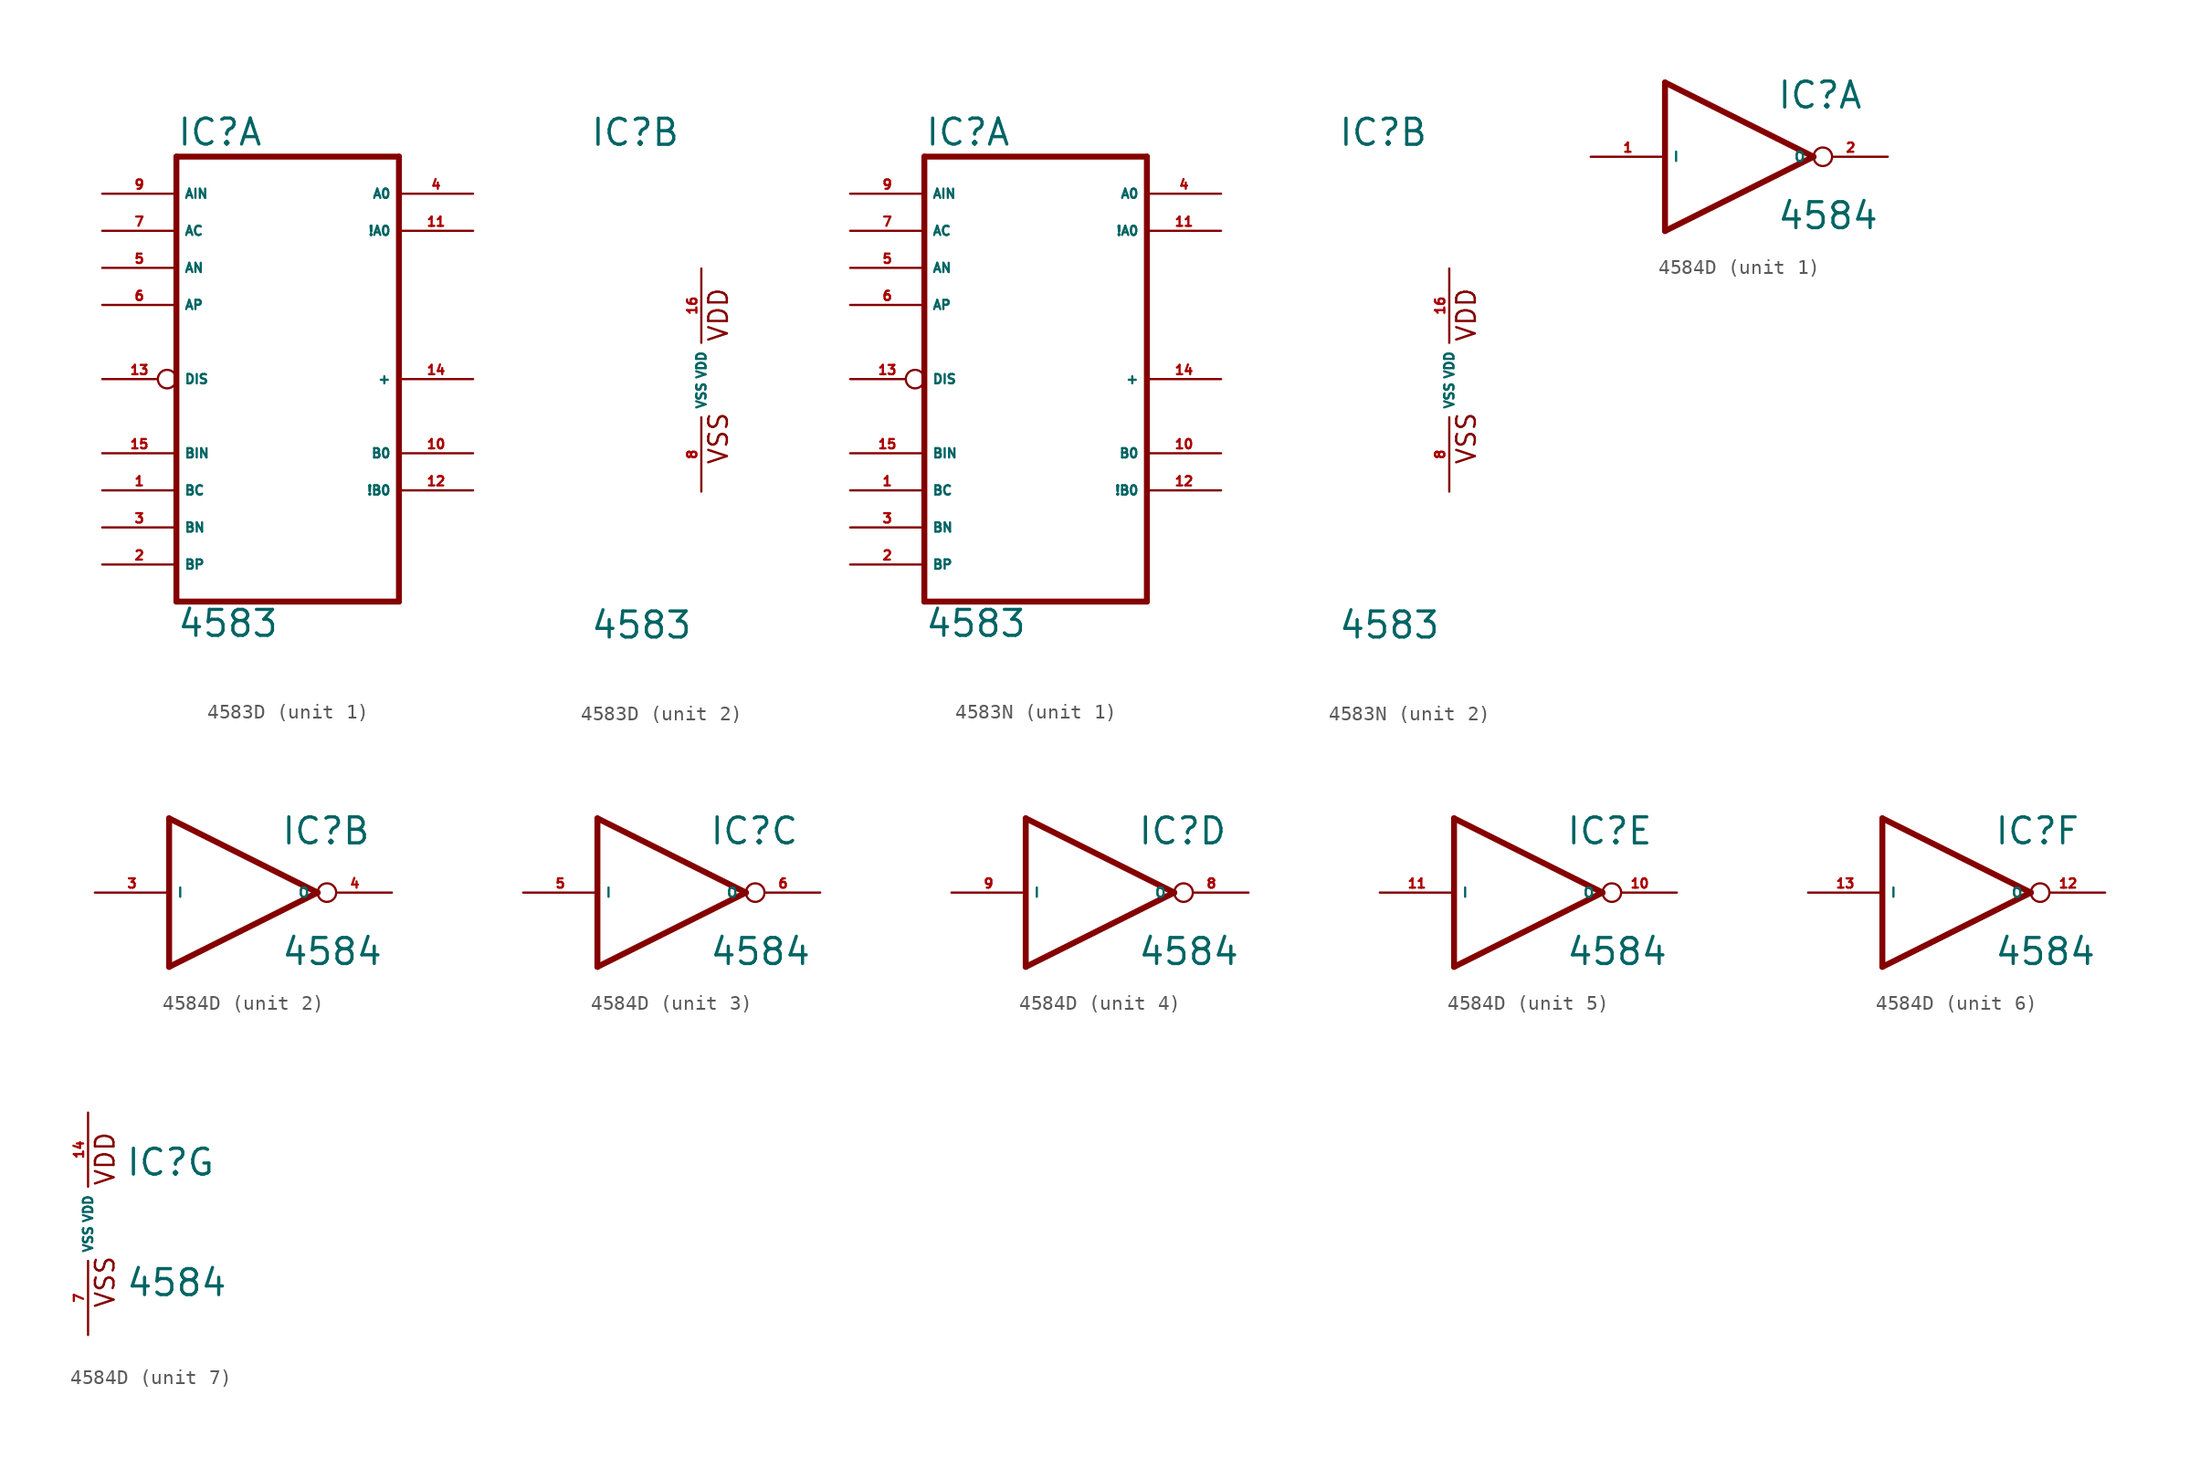
<source format=kicad_sym>
(kicad_symbol_lib
  (version 20220914)
  (generator Eagle2Kicad)
  (symbol "4583D"
    (property "Reference" "IC"
      (at -7.62 15.875 0)
      (effects (font (size 1.778 1.778) (thickness 0.22)) (justify left bottom)))
    (property "Value" "4583"
      (at -7.62 -17.78 0)
      (effects (font (size 1.778 1.778) (thickness 0.22)) (justify left bottom)))
    (symbol "4583D_1_0"
      (polyline (pts (xy -7.62 -15.24) (xy 7.62 -15.24)) (stroke (width 0.406) (type default)) (fill (type none)))
      (polyline (pts (xy 7.62 -15.24) (xy 7.62 15.24)) (stroke (width 0.406) (type default)) (fill (type none)))
      (polyline (pts (xy 7.62 15.24) (xy -7.62 15.24)) (stroke (width 0.406) (type default)) (fill (type none)))
      (polyline (pts (xy -7.62 15.24) (xy -7.62 -15.24)) (stroke (width 0.406) (type default)) (fill (type none)))
      (pin input line (at -12.7 -7.62 0) (length 5.08) (name "BC" (effects (font (size 0.635 0.635) (thickness 0.08)) (justify left bottom))) (number "1" (effects (font (size 0.635 0.635) (thickness 0.08)) (justify left bottom))))
      (pin input line (at -12.7 -12.7 0) (length 5.08) (name "BP" (effects (font (size 0.635 0.635) (thickness 0.08)) (justify left bottom))) (number "2" (effects (font (size 0.635 0.635) (thickness 0.08)) (justify left bottom))))
      (pin input line (at -12.7 -10.16 0) (length 5.08) (name "BN" (effects (font (size 0.635 0.635) (thickness 0.08)) (justify left bottom))) (number "3" (effects (font (size 0.635 0.635) (thickness 0.08)) (justify left bottom))))
      (pin output line (at 12.7 12.7 180) (length 5.08) (name "A0" (effects (font (size 0.635 0.635) (thickness 0.08)) (justify left bottom))) (number "4" (effects (font (size 0.635 0.635) (thickness 0.08)) (justify left bottom))))
      (pin input line (at -12.7 7.62 0) (length 5.08) (name "AN" (effects (font (size 0.635 0.635) (thickness 0.08)) (justify left bottom))) (number "5" (effects (font (size 0.635 0.635) (thickness 0.08)) (justify left bottom))))
      (pin input line (at -12.7 5.08 0) (length 5.08) (name "AP" (effects (font (size 0.635 0.635) (thickness 0.08)) (justify left bottom))) (number "6" (effects (font (size 0.635 0.635) (thickness 0.08)) (justify left bottom))))
      (pin input line (at -12.7 10.16 0) (length 5.08) (name "AC" (effects (font (size 0.635 0.635) (thickness 0.08)) (justify left bottom))) (number "7" (effects (font (size 0.635 0.635) (thickness 0.08)) (justify left bottom))))
      (pin input line (at -12.7 12.7 0) (length 5.08) (name "AIN" (effects (font (size 0.635 0.635) (thickness 0.08)) (justify left bottom))) (number "9" (effects (font (size 0.635 0.635) (thickness 0.08)) (justify left bottom))))
      (pin output line (at 12.7 -5.08 180) (length 5.08) (name "B0" (effects (font (size 0.635 0.635) (thickness 0.08)) (justify left bottom))) (number "10" (effects (font (size 0.635 0.635) (thickness 0.08)) (justify left bottom))))
      (pin output line (at 12.7 10.16 180) (length 5.08) (name "!A0" (effects (font (size 0.635 0.635) (thickness 0.08)) (justify left bottom))) (number "11" (effects (font (size 0.635 0.635) (thickness 0.08)) (justify left bottom))))
      (pin output line (at 12.7 -7.62 180) (length 5.08) (name "!B0" (effects (font (size 0.635 0.635) (thickness 0.08)) (justify left bottom))) (number "12" (effects (font (size 0.635 0.635) (thickness 0.08)) (justify left bottom))))
      (pin input inverted (at -12.7 0 0) (length 5.08) (name "DIS" (effects (font (size 0.635 0.635) (thickness 0.08)) (justify left bottom))) (number "13" (effects (font (size 0.635 0.635) (thickness 0.08)) (justify left bottom))))
      (pin output line (at 12.7 0 180) (length 5.08) (name "+" (effects (font (size 0.635 0.635) (thickness 0.08)) (justify left bottom))) (number "14" (effects (font (size 0.635 0.635) (thickness 0.08)) (justify left bottom))))
      (pin input line (at -12.7 -5.08 0) (length 5.08) (name "BIN" (effects (font (size 0.635 0.635) (thickness 0.08)) (justify left bottom))) (number "15" (effects (font (size 0.635 0.635) (thickness 0.08)) (justify left bottom)))))
    (symbol "4583D_2_0"
      (text "VDD" (at 1.905 2.54 900) (effects (font (size 1.27 1.27) (thickness 0.16)) (justify left bottom)))
      (text "VSS" (at 1.905 -5.842 900) (effects (font (size 1.27 1.27) (thickness 0.16)) (justify left bottom)))
      (pin unspecified line (at 0 -7.62 90) (length 5.08) (name "VSS" (effects (font (size 0.635 0.635) (thickness 0.08)) (justify left bottom))) (number "8" (effects (font (size 0.635 0.635) (thickness 0.08)) (justify left bottom))))
      (pin unspecified line (at 0 7.62 270) (length 5.08) (name "VDD" (effects (font (size 0.635 0.635) (thickness 0.08)) (justify left bottom))) (number "16" (effects (font (size 0.635 0.635) (thickness 0.08)) (justify left bottom))))))
  (symbol "4583N"
    (property "Reference" "IC"
      (at -7.62 15.875 0)
      (effects (font (size 1.778 1.778) (thickness 0.22)) (justify left bottom)))
    (property "Value" "4583"
      (at -7.62 -17.78 0)
      (effects (font (size 1.778 1.778) (thickness 0.22)) (justify left bottom)))
    (symbol "4583N_1_0"
      (polyline (pts (xy -7.62 -15.24) (xy 7.62 -15.24)) (stroke (width 0.406) (type default)) (fill (type none)))
      (polyline (pts (xy 7.62 -15.24) (xy 7.62 15.24)) (stroke (width 0.406) (type default)) (fill (type none)))
      (polyline (pts (xy 7.62 15.24) (xy -7.62 15.24)) (stroke (width 0.406) (type default)) (fill (type none)))
      (polyline (pts (xy -7.62 15.24) (xy -7.62 -15.24)) (stroke (width 0.406) (type default)) (fill (type none)))
      (pin input line (at -12.7 -7.62 0) (length 5.08) (name "BC" (effects (font (size 0.635 0.635) (thickness 0.08)) (justify left bottom))) (number "1" (effects (font (size 0.635 0.635) (thickness 0.08)) (justify left bottom))))
      (pin input line (at -12.7 -12.7 0) (length 5.08) (name "BP" (effects (font (size 0.635 0.635) (thickness 0.08)) (justify left bottom))) (number "2" (effects (font (size 0.635 0.635) (thickness 0.08)) (justify left bottom))))
      (pin input line (at -12.7 -10.16 0) (length 5.08) (name "BN" (effects (font (size 0.635 0.635) (thickness 0.08)) (justify left bottom))) (number "3" (effects (font (size 0.635 0.635) (thickness 0.08)) (justify left bottom))))
      (pin output line (at 12.7 12.7 180) (length 5.08) (name "A0" (effects (font (size 0.635 0.635) (thickness 0.08)) (justify left bottom))) (number "4" (effects (font (size 0.635 0.635) (thickness 0.08)) (justify left bottom))))
      (pin input line (at -12.7 7.62 0) (length 5.08) (name "AN" (effects (font (size 0.635 0.635) (thickness 0.08)) (justify left bottom))) (number "5" (effects (font (size 0.635 0.635) (thickness 0.08)) (justify left bottom))))
      (pin input line (at -12.7 5.08 0) (length 5.08) (name "AP" (effects (font (size 0.635 0.635) (thickness 0.08)) (justify left bottom))) (number "6" (effects (font (size 0.635 0.635) (thickness 0.08)) (justify left bottom))))
      (pin input line (at -12.7 10.16 0) (length 5.08) (name "AC" (effects (font (size 0.635 0.635) (thickness 0.08)) (justify left bottom))) (number "7" (effects (font (size 0.635 0.635) (thickness 0.08)) (justify left bottom))))
      (pin input line (at -12.7 12.7 0) (length 5.08) (name "AIN" (effects (font (size 0.635 0.635) (thickness 0.08)) (justify left bottom))) (number "9" (effects (font (size 0.635 0.635) (thickness 0.08)) (justify left bottom))))
      (pin output line (at 12.7 -5.08 180) (length 5.08) (name "B0" (effects (font (size 0.635 0.635) (thickness 0.08)) (justify left bottom))) (number "10" (effects (font (size 0.635 0.635) (thickness 0.08)) (justify left bottom))))
      (pin output line (at 12.7 10.16 180) (length 5.08) (name "!A0" (effects (font (size 0.635 0.635) (thickness 0.08)) (justify left bottom))) (number "11" (effects (font (size 0.635 0.635) (thickness 0.08)) (justify left bottom))))
      (pin output line (at 12.7 -7.62 180) (length 5.08) (name "!B0" (effects (font (size 0.635 0.635) (thickness 0.08)) (justify left bottom))) (number "12" (effects (font (size 0.635 0.635) (thickness 0.08)) (justify left bottom))))
      (pin input inverted (at -12.7 0 0) (length 5.08) (name "DIS" (effects (font (size 0.635 0.635) (thickness 0.08)) (justify left bottom))) (number "13" (effects (font (size 0.635 0.635) (thickness 0.08)) (justify left bottom))))
      (pin output line (at 12.7 0 180) (length 5.08) (name "+" (effects (font (size 0.635 0.635) (thickness 0.08)) (justify left bottom))) (number "14" (effects (font (size 0.635 0.635) (thickness 0.08)) (justify left bottom))))
      (pin input line (at -12.7 -5.08 0) (length 5.08) (name "BIN" (effects (font (size 0.635 0.635) (thickness 0.08)) (justify left bottom))) (number "15" (effects (font (size 0.635 0.635) (thickness 0.08)) (justify left bottom)))))
    (symbol "4583N_2_0"
      (text "VDD" (at 1.905 2.54 900) (effects (font (size 1.27 1.27) (thickness 0.16)) (justify left bottom)))
      (text "VSS" (at 1.905 -5.842 900) (effects (font (size 1.27 1.27) (thickness 0.16)) (justify left bottom)))
      (pin unspecified line (at 0 -7.62 90) (length 5.08) (name "VSS" (effects (font (size 0.635 0.635) (thickness 0.08)) (justify left bottom))) (number "8" (effects (font (size 0.635 0.635) (thickness 0.08)) (justify left bottom))))
      (pin unspecified line (at 0 7.62 270) (length 5.08) (name "VDD" (effects (font (size 0.635 0.635) (thickness 0.08)) (justify left bottom))) (number "16" (effects (font (size 0.635 0.635) (thickness 0.08)) (justify left bottom))))))
  (symbol "4584D"
    (property "Reference" "IC"
      (at 2.54 3.175 0)
      (effects (font (size 1.778 1.778) (thickness 0.22)) (justify left bottom)))
    (property "Value" "4584"
      (at 2.54 -5.08 0)
      (effects (font (size 1.778 1.778) (thickness 0.22)) (justify left bottom)))
    (symbol "4584D_1_0"
      (polyline (pts (xy -5.08 -5.08) (xy 5.08 0)) (stroke (width 0.406) (type default)) (fill (type none)))
      (polyline (pts (xy 5.08 0) (xy -5.08 5.08)) (stroke (width 0.406) (type default)) (fill (type none)))
      (polyline (pts (xy -5.08 5.08) (xy -5.08 -5.08)) (stroke (width 0.406) (type default)) (fill (type none)))
      (pin output inverted (at 10.16 0 180) (length 5.08) (name "O" (effects (font (size 0.635 0.635) (thickness 0.08)) (justify left bottom))) (number "2" (effects (font (size 0.635 0.635) (thickness 0.08)) (justify left bottom))))
      (pin input line (at -10.16 0 0) (length 5.08) (name "I" (effects (font (size 0.635 0.635) (thickness 0.08)) (justify left bottom))) (number "1" (effects (font (size 0.635 0.635) (thickness 0.08)) (justify left bottom)))))
    (symbol "4584D_2_0"
      (polyline (pts (xy -5.08 -5.08) (xy 5.08 0)) (stroke (width 0.406) (type default)) (fill (type none)))
      (polyline (pts (xy 5.08 0) (xy -5.08 5.08)) (stroke (width 0.406) (type default)) (fill (type none)))
      (polyline (pts (xy -5.08 5.08) (xy -5.08 -5.08)) (stroke (width 0.406) (type default)) (fill (type none)))
      (pin output inverted (at 10.16 0 180) (length 5.08) (name "O" (effects (font (size 0.635 0.635) (thickness 0.08)) (justify left bottom))) (number "4" (effects (font (size 0.635 0.635) (thickness 0.08)) (justify left bottom))))
      (pin input line (at -10.16 0 0) (length 5.08) (name "I" (effects (font (size 0.635 0.635) (thickness 0.08)) (justify left bottom))) (number "3" (effects (font (size 0.635 0.635) (thickness 0.08)) (justify left bottom)))))
    (symbol "4584D_3_0"
      (polyline (pts (xy -5.08 -5.08) (xy 5.08 0)) (stroke (width 0.406) (type default)) (fill (type none)))
      (polyline (pts (xy 5.08 0) (xy -5.08 5.08)) (stroke (width 0.406) (type default)) (fill (type none)))
      (polyline (pts (xy -5.08 5.08) (xy -5.08 -5.08)) (stroke (width 0.406) (type default)) (fill (type none)))
      (pin output inverted (at 10.16 0 180) (length 5.08) (name "O" (effects (font (size 0.635 0.635) (thickness 0.08)) (justify left bottom))) (number "6" (effects (font (size 0.635 0.635) (thickness 0.08)) (justify left bottom))))
      (pin input line (at -10.16 0 0) (length 5.08) (name "I" (effects (font (size 0.635 0.635) (thickness 0.08)) (justify left bottom))) (number "5" (effects (font (size 0.635 0.635) (thickness 0.08)) (justify left bottom)))))
    (symbol "4584D_4_0"
      (polyline (pts (xy -5.08 -5.08) (xy 5.08 0)) (stroke (width 0.406) (type default)) (fill (type none)))
      (polyline (pts (xy 5.08 0) (xy -5.08 5.08)) (stroke (width 0.406) (type default)) (fill (type none)))
      (polyline (pts (xy -5.08 5.08) (xy -5.08 -5.08)) (stroke (width 0.406) (type default)) (fill (type none)))
      (pin output inverted (at 10.16 0 180) (length 5.08) (name "O" (effects (font (size 0.635 0.635) (thickness 0.08)) (justify left bottom))) (number "8" (effects (font (size 0.635 0.635) (thickness 0.08)) (justify left bottom))))
      (pin input line (at -10.16 0 0) (length 5.08) (name "I" (effects (font (size 0.635 0.635) (thickness 0.08)) (justify left bottom))) (number "9" (effects (font (size 0.635 0.635) (thickness 0.08)) (justify left bottom)))))
    (symbol "4584D_5_0"
      (polyline (pts (xy -5.08 -5.08) (xy 5.08 0)) (stroke (width 0.406) (type default)) (fill (type none)))
      (polyline (pts (xy 5.08 0) (xy -5.08 5.08)) (stroke (width 0.406) (type default)) (fill (type none)))
      (polyline (pts (xy -5.08 5.08) (xy -5.08 -5.08)) (stroke (width 0.406) (type default)) (fill (type none)))
      (pin output inverted (at 10.16 0 180) (length 5.08) (name "O" (effects (font (size 0.635 0.635) (thickness 0.08)) (justify left bottom))) (number "10" (effects (font (size 0.635 0.635) (thickness 0.08)) (justify left bottom))))
      (pin input line (at -10.16 0 0) (length 5.08) (name "I" (effects (font (size 0.635 0.635) (thickness 0.08)) (justify left bottom))) (number "11" (effects (font (size 0.635 0.635) (thickness 0.08)) (justify left bottom)))))
    (symbol "4584D_6_0"
      (polyline (pts (xy -5.08 -5.08) (xy 5.08 0)) (stroke (width 0.406) (type default)) (fill (type none)))
      (polyline (pts (xy 5.08 0) (xy -5.08 5.08)) (stroke (width 0.406) (type default)) (fill (type none)))
      (polyline (pts (xy -5.08 5.08) (xy -5.08 -5.08)) (stroke (width 0.406) (type default)) (fill (type none)))
      (pin output inverted (at 10.16 0 180) (length 5.08) (name "O" (effects (font (size 0.635 0.635) (thickness 0.08)) (justify left bottom))) (number "12" (effects (font (size 0.635 0.635) (thickness 0.08)) (justify left bottom))))
      (pin input line (at -10.16 0 0) (length 5.08) (name "I" (effects (font (size 0.635 0.635) (thickness 0.08)) (justify left bottom))) (number "13" (effects (font (size 0.635 0.635) (thickness 0.08)) (justify left bottom)))))
    (symbol "4584D_7_0"
      (text "VDD" (at 1.905 2.54 900) (effects (font (size 1.27 1.27) (thickness 0.16)) (justify left bottom)))
      (text "VSS" (at 1.905 -5.842 900) (effects (font (size 1.27 1.27) (thickness 0.16)) (justify left bottom)))
      (pin unspecified line (at 0 -7.62 90) (length 5.08) (name "VSS" (effects (font (size 0.635 0.635) (thickness 0.08)) (justify left bottom))) (number "7" (effects (font (size 0.635 0.635) (thickness 0.08)) (justify left bottom))))
      (pin unspecified line (at 0 7.62 270) (length 5.08) (name "VDD" (effects (font (size 0.635 0.635) (thickness 0.08)) (justify left bottom))) (number "14" (effects (font (size 0.635 0.635) (thickness 0.08)) (justify left bottom)))))))
</source>
